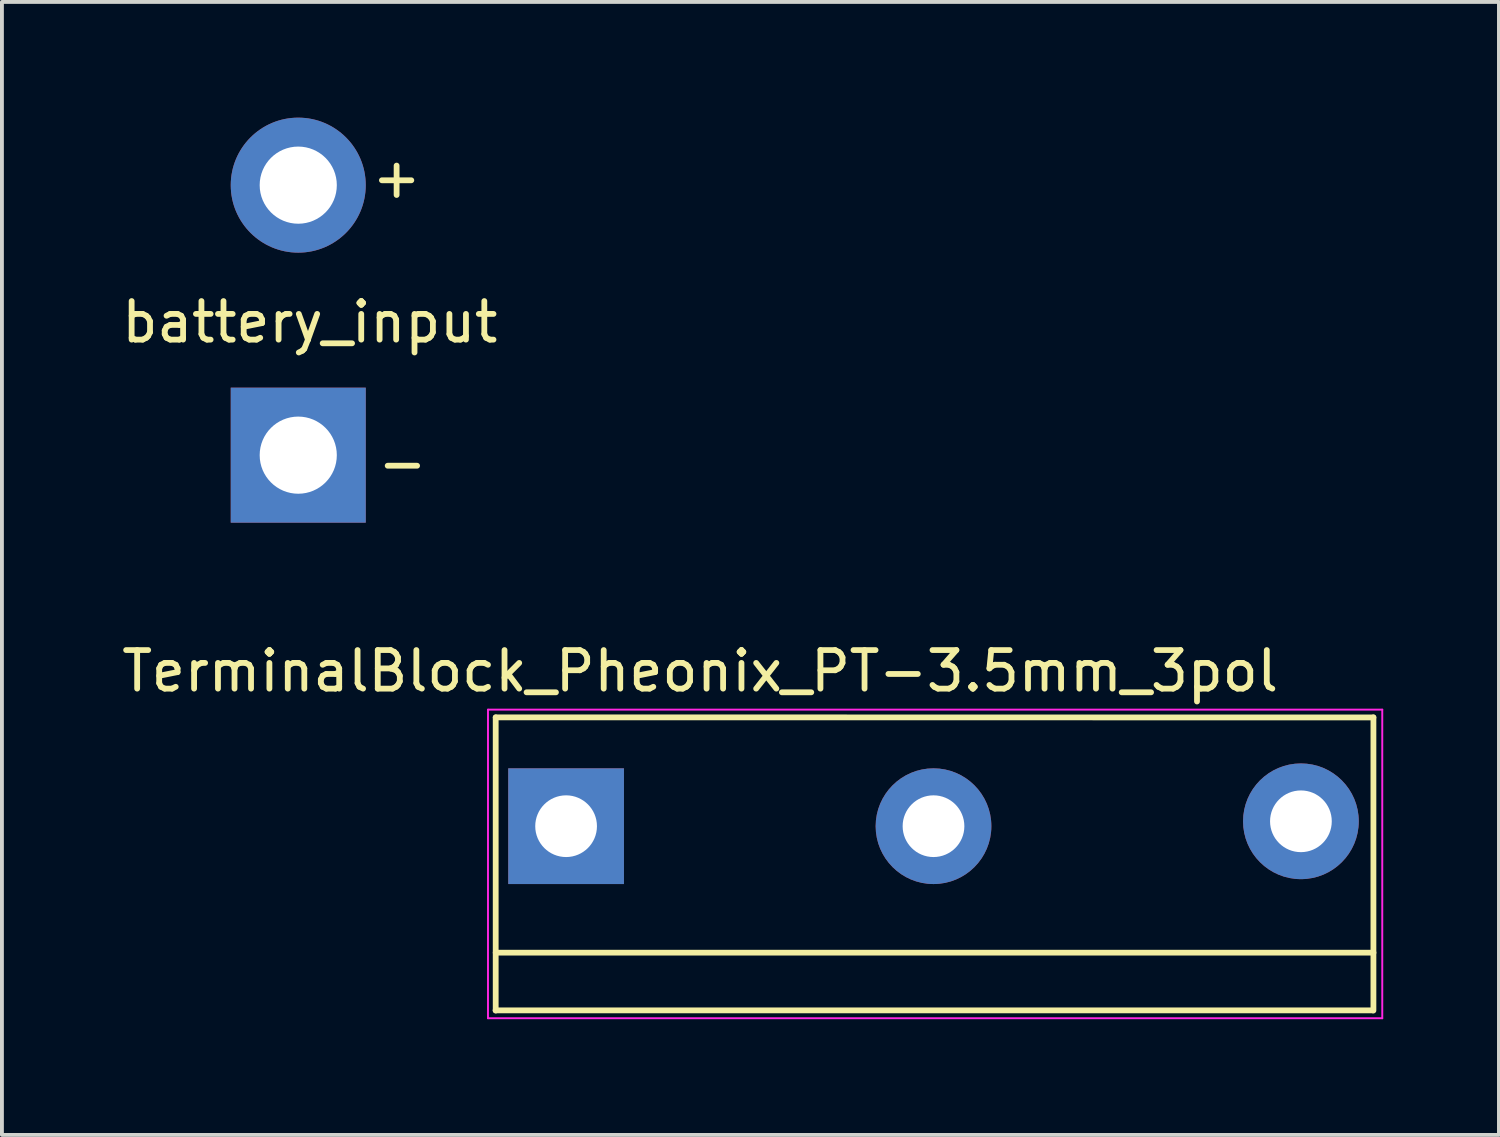
<source format=kicad_pcb>
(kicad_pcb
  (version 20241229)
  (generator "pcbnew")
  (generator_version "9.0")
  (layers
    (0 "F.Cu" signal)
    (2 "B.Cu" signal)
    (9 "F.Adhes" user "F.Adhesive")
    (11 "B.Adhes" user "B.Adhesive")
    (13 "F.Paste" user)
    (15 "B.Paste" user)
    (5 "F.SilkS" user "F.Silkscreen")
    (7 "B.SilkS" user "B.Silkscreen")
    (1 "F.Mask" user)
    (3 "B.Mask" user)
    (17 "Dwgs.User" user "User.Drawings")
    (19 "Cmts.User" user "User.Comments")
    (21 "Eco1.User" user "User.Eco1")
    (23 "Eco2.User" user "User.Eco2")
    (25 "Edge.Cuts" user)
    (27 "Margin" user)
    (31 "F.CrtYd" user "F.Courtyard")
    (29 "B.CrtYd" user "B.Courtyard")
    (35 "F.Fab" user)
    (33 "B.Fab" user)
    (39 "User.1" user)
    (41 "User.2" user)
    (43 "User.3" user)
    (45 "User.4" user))
  (footprint "TerminalBlock_Pheonix_PT-3.5mm_3pol"
    (layer "F.Cu")
    (at 11.601 18.648)
    (property "Reference" "TerminalBlock_Pheonix_PT-3.5mm_3pol" (at 3.5 -4.3 0) (layer "F.SilkS") (effects (font (size 1 1) (thickness 0.15))))
    (attr through_hole)
    (fp_line (start -1.803 4.496) (end 20.935 4.496) (stroke (width 0.15) (type solid)) (layer "F.SilkS"))
    (fp_line (start -1.8 -3.1) (end -1.8 4.5) (stroke (width 0.15) (type solid)) (layer "F.SilkS"))
    (fp_line (start -1.8 3) (end 20.956 3) (stroke (width 0.15) (type solid)) (layer "F.SilkS"))
    (fp_line (start 20.955 -3.099) (end -1.8 -3.1) (stroke (width 0.15) (type solid)) (layer "F.SilkS"))
    (fp_line (start 20.955 4.5) (end 20.955 -3.1) (stroke (width 0.15) (type solid)) (layer "F.SilkS"))
    (fp_line (start -2 -3.3) (end 21.184 -3.3) (stroke (width 0.05) (type solid)) (layer "F.CrtYd"))
    (fp_line (start -2 4.7) (end -2 -3.3) (stroke (width 0.05) (type solid)) (layer "F.CrtYd"))
    (fp_line (start 21.184 -3.3) (end 21.184 4.7) (stroke (width 0.05) (type solid)) (layer "F.CrtYd"))
    (fp_line (start 21.184 4.7) (end -2 4.7) (stroke (width 0.05) (type solid)) (layer "F.CrtYd"))
    (pad "1" thru_hole rect (at 0.025 -0.279) (size 3 3) (drill 1.6) (layers "*.Cu" "*.Mask"))
    (pad "2" thru_hole circle (at 9.55 -0.279) (size 3 3) (drill 1.6) (layers "*.Cu" "*.Mask"))
    (pad "3" thru_hole circle (at 19.075 -0.406) (size 3 3) (drill 1.6) (layers "*.Cu" "*.Mask")))
  (footprint "battery_input"
    (layer "F.Cu")
    (at 3.582 4.05)
    (property "Reference" "battery_input" (at 1.4 1.25 180) (layer "F.SilkS") (effects (font (size 1 1) (thickness 0.15))))
    (attr through_hole)
    (fp_text user "+" (at 3.65 -2.5 0) (layer "F.SilkS") (effects (font (size 1 1) (thickness 0.15))))
    (fp_text user "-" (at 3.8 4.9 0) (layer "F.SilkS") (effects (font (size 1 1) (thickness 0.15))))
    (pad "1" thru_hole circle (at 1.1 -2.3) (size 3.5 3.5) (drill 2) (layers "*.Cu" "*.Mask"))
    (pad "2" thru_hole rect (at 1.1 4.7) (size 3.5 3.5) (drill 2) (layers "*.Cu" "*.Mask")))
  (gr_rect
    (start -3 -3)
    (end 35.81 26.373)
    (stroke (width 0.1) (type default))
    (fill no)
    (layer "Edge.Cuts")))
</source>
